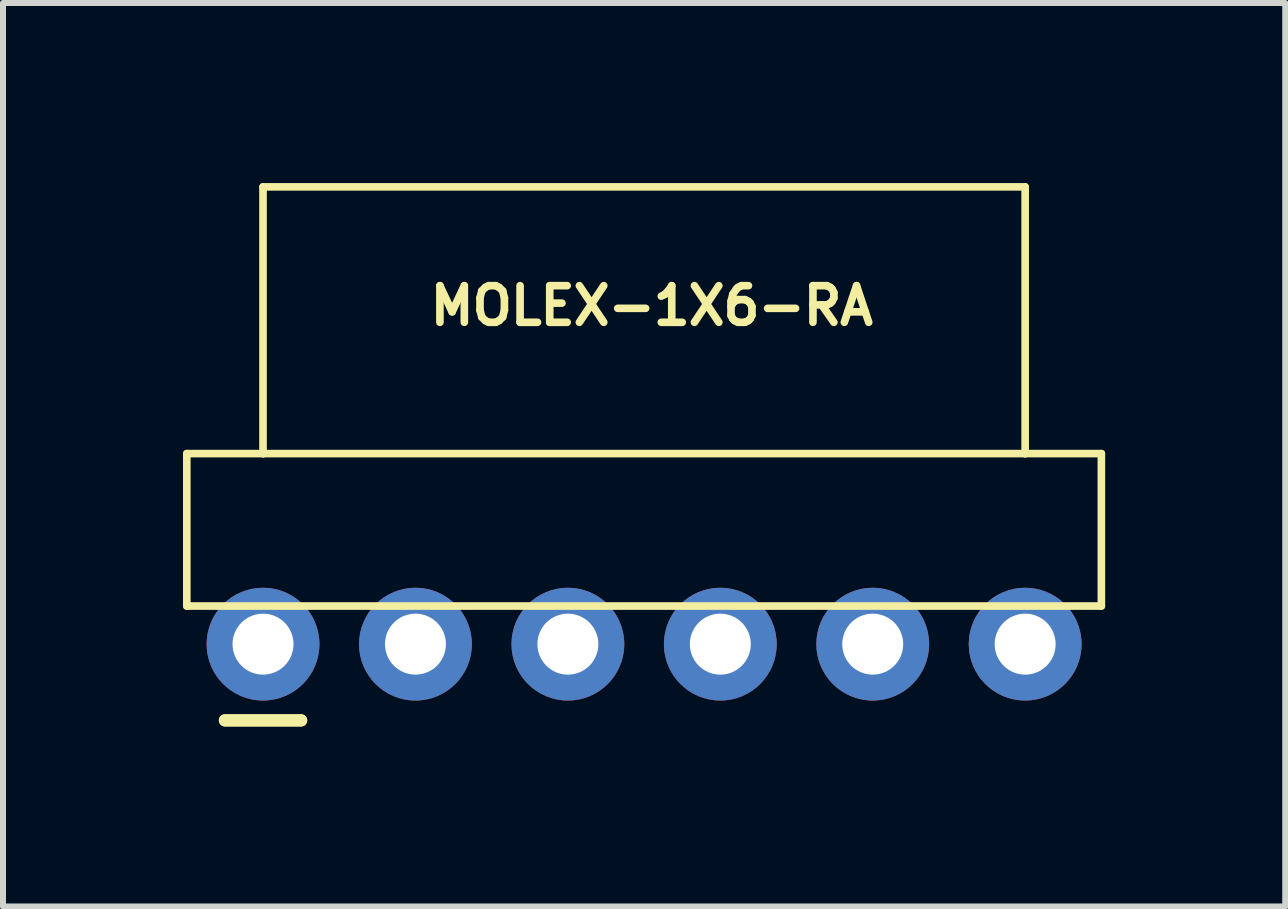
<source format=kicad_pcb>
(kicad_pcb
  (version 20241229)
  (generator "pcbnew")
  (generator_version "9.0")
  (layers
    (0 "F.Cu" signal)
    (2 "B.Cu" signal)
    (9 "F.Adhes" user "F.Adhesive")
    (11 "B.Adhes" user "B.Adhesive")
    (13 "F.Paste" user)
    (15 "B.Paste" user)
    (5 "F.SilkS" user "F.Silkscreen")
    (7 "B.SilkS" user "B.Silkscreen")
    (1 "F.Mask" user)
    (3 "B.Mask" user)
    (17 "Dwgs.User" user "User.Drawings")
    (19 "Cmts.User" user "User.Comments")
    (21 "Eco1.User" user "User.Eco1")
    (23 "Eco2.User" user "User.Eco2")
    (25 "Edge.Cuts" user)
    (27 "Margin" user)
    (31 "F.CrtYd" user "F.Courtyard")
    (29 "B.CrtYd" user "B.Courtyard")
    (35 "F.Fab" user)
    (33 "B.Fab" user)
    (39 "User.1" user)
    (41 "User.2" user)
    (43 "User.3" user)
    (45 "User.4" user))
  (footprint "MOLEX-1X6-RA"
    (layer "F.Cu")
    (at 1.333 7.684)
    (property "Reference" "MOLEX-1X6-RA" (at 6.477 -5.639 0) (layer "F.SilkS") (effects (font (size 0.61 0.61) (thickness 0.127))))
    (attr exclude_from_pos_files exclude_from_bom)
    (fp_line (start -1.27 -0.635) (end -1.27 -3.175) (stroke (width 0.127) (type solid)) (layer "F.SilkS"))
    (fp_line (start -0.635 1.27) (end 0.635 1.27) (stroke (width 0.203) (type solid)) (layer "F.SilkS"))
    (fp_line (start 0 -7.62) (end 12.7 -7.62) (stroke (width 0.127) (type solid)) (layer "F.SilkS"))
    (fp_line (start 0 -3.175) (end -1.27 -3.175) (stroke (width 0.127) (type solid)) (layer "F.SilkS"))
    (fp_line (start 0 -3.175) (end 0 -7.62) (stroke (width 0.127) (type solid)) (layer "F.SilkS"))
    (fp_line (start 0.635 1.27) (end -0.635 1.27) (stroke (width 0.203) (type solid)) (layer "F.SilkS"))
    (fp_line (start 12.7 -7.62) (end 12.7 -3.175) (stroke (width 0.127) (type solid)) (layer "F.SilkS"))
    (fp_line (start 12.7 -3.175) (end 0 -3.175) (stroke (width 0.127) (type solid)) (layer "F.SilkS"))
    (fp_line (start 13.97 -3.175) (end 12.7 -3.175) (stroke (width 0.127) (type solid)) (layer "F.SilkS"))
    (fp_line (start 13.97 -0.635) (end -1.27 -0.635) (stroke (width 0.127) (type solid)) (layer "F.SilkS"))
    (fp_line (start 13.97 -0.635) (end 13.97 -3.175) (stroke (width 0.127) (type solid)) (layer "F.SilkS"))
    (pad "1" thru_hole circle (at 0 0) (size 1.88 1.88) (drill 1.016) (layers "*.Cu" "*.Paste" "*.Mask"))
    (pad "2" thru_hole circle (at 2.54 0) (size 1.88 1.88) (drill 1.016) (layers "*.Cu" "*.Paste" "*.Mask"))
    (pad "3" thru_hole circle (at 5.08 0) (size 1.88 1.88) (drill 1.016) (layers "*.Cu" "*.Paste" "*.Mask"))
    (pad "4" thru_hole circle (at 7.62 0) (size 1.88 1.88) (drill 1.016) (layers "*.Cu" "*.Paste" "*.Mask"))
    (pad "5" thru_hole circle (at 10.16 0) (size 1.88 1.88) (drill 1.016) (layers "*.Cu" "*.Paste" "*.Mask"))
    (pad "6" thru_hole circle (at 12.7 0) (size 1.88 1.88) (drill 1.016) (layers "*.Cu" "*.Paste" "*.Mask")))
  (gr_rect
    (start -3 -3)
    (end 18.367 12.055)
    (stroke (width 0.1) (type default))
    (fill no)
    (layer "Edge.Cuts")))
</source>
